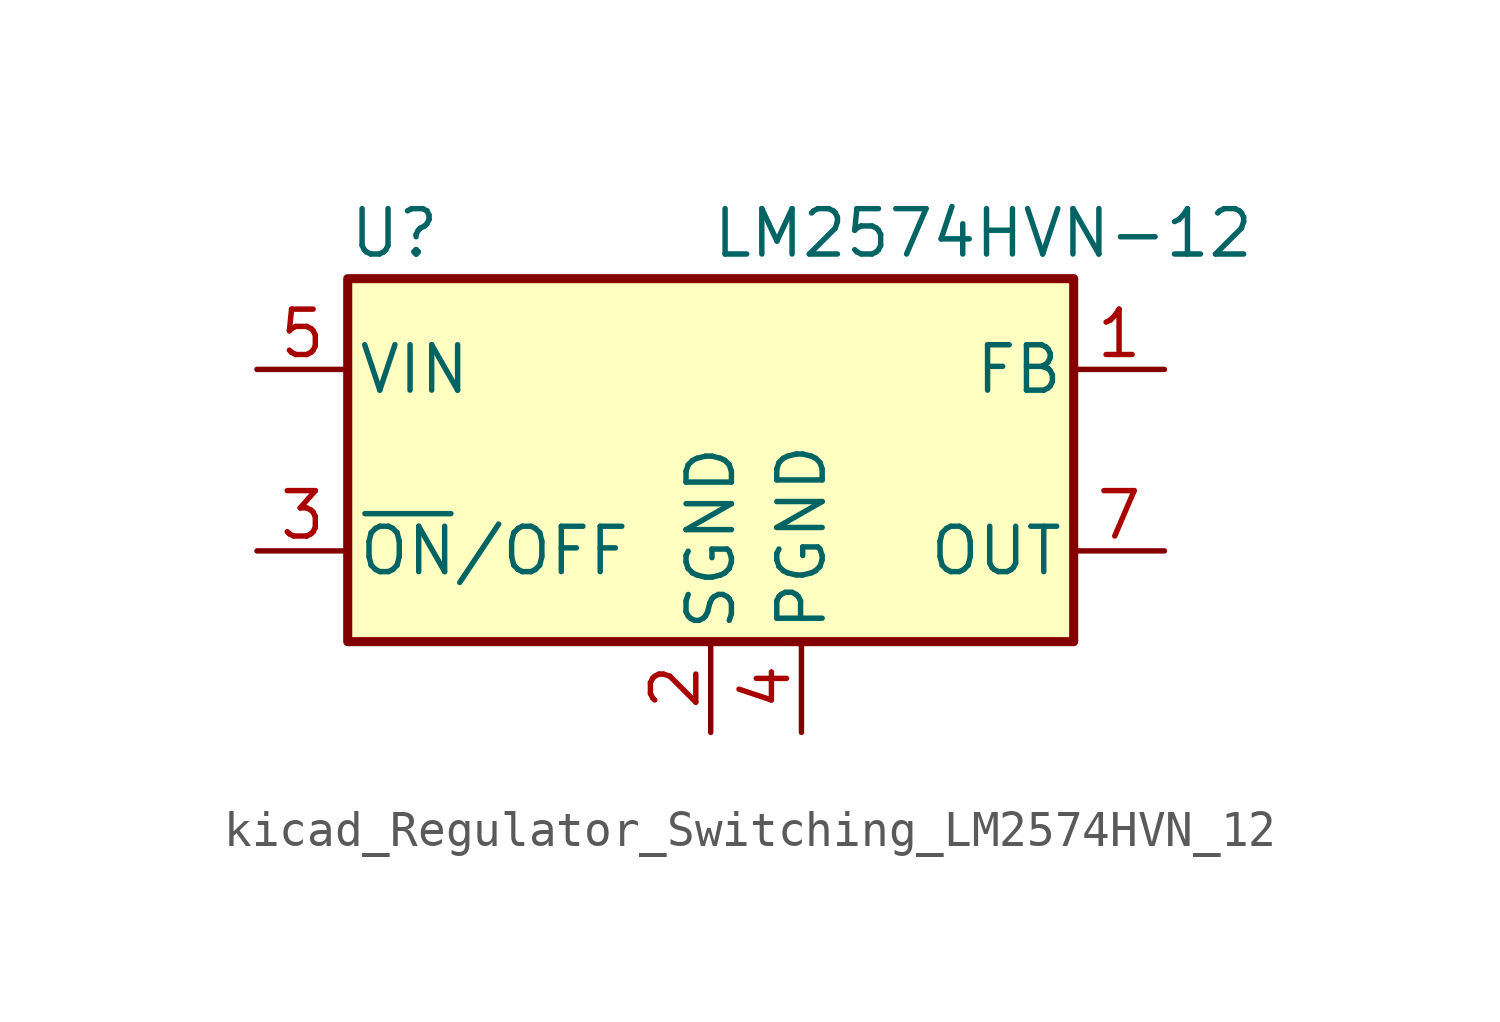
<source format=kicad_sym>
(kicad_symbol_lib
  (version 20220914)
  (generator kicad_symbol_editor)
  (symbol "kicad_Regulator_Switching_LM2574HVN_12"
    (pin_names
      (offset 0.254))
    (property "Reference" "U"
      (at -10.16 6.35 0)
      (effects (font (size 1.27 1.27)) (justify left)))
    (property "Value" "LM2574HVN-12"
      (at 0 6.35 0)
      (effects (font (size 1.27 1.27)) (justify left)))
    (symbol "kicad_Regulator_Switching_LM2574HVN_12_0_1"
      (rectangle (start -10.16 5.08) (end 10.16 -5.08) (stroke (width 0.254) (type default)) (fill (type background))))
    (symbol "kicad_Regulator_Switching_LM2574HVN_12_1_1"
      (pin input line (at 12.7 2.54 180) (length 2.54) (name "FB" (effects (font (size 1.27 1.27)))) (number "1" (effects (font (size 1.27 1.27)))))
      (pin power_in line (at 0 -7.62 90) (length 2.54) (name "SGND" (effects (font (size 1.27 1.27)))) (number "2" (effects (font (size 1.27 1.27)))))
      (pin input line (at -12.7 -2.54 0) (length 2.54) (name "~{ON}/OFF" (effects (font (size 1.27 1.27)))) (number "3" (effects (font (size 1.27 1.27)))))
      (pin power_in line (at 2.54 -7.62 90) (length 2.54) (name "PGND" (effects (font (size 1.27 1.27)))) (number "4" (effects (font (size 1.27 1.27)))))
      (pin power_in line (at -12.7 2.54 0) (length 2.54) (name "VIN" (effects (font (size 1.27 1.27)))) (number "5" (effects (font (size 1.27 1.27)))))
      (pin no_connect line (at -10.16 0 0) (length 2.54) hide (name "NC" (effects (font (size 1.27 1.27)))) (number "6" (effects (font (size 1.27 1.27)))))
      (pin output line (at 12.7 -2.54 180) (length 2.54) (name "OUT" (effects (font (size 1.27 1.27)))) (number "7" (effects (font (size 1.27 1.27)))))
      (pin no_connect line (at 10.16 0 180) (length 2.54) hide (name "NC" (effects (font (size 1.27 1.27)))) (number "8" (effects (font (size 1.27 1.27))))))))
</source>
